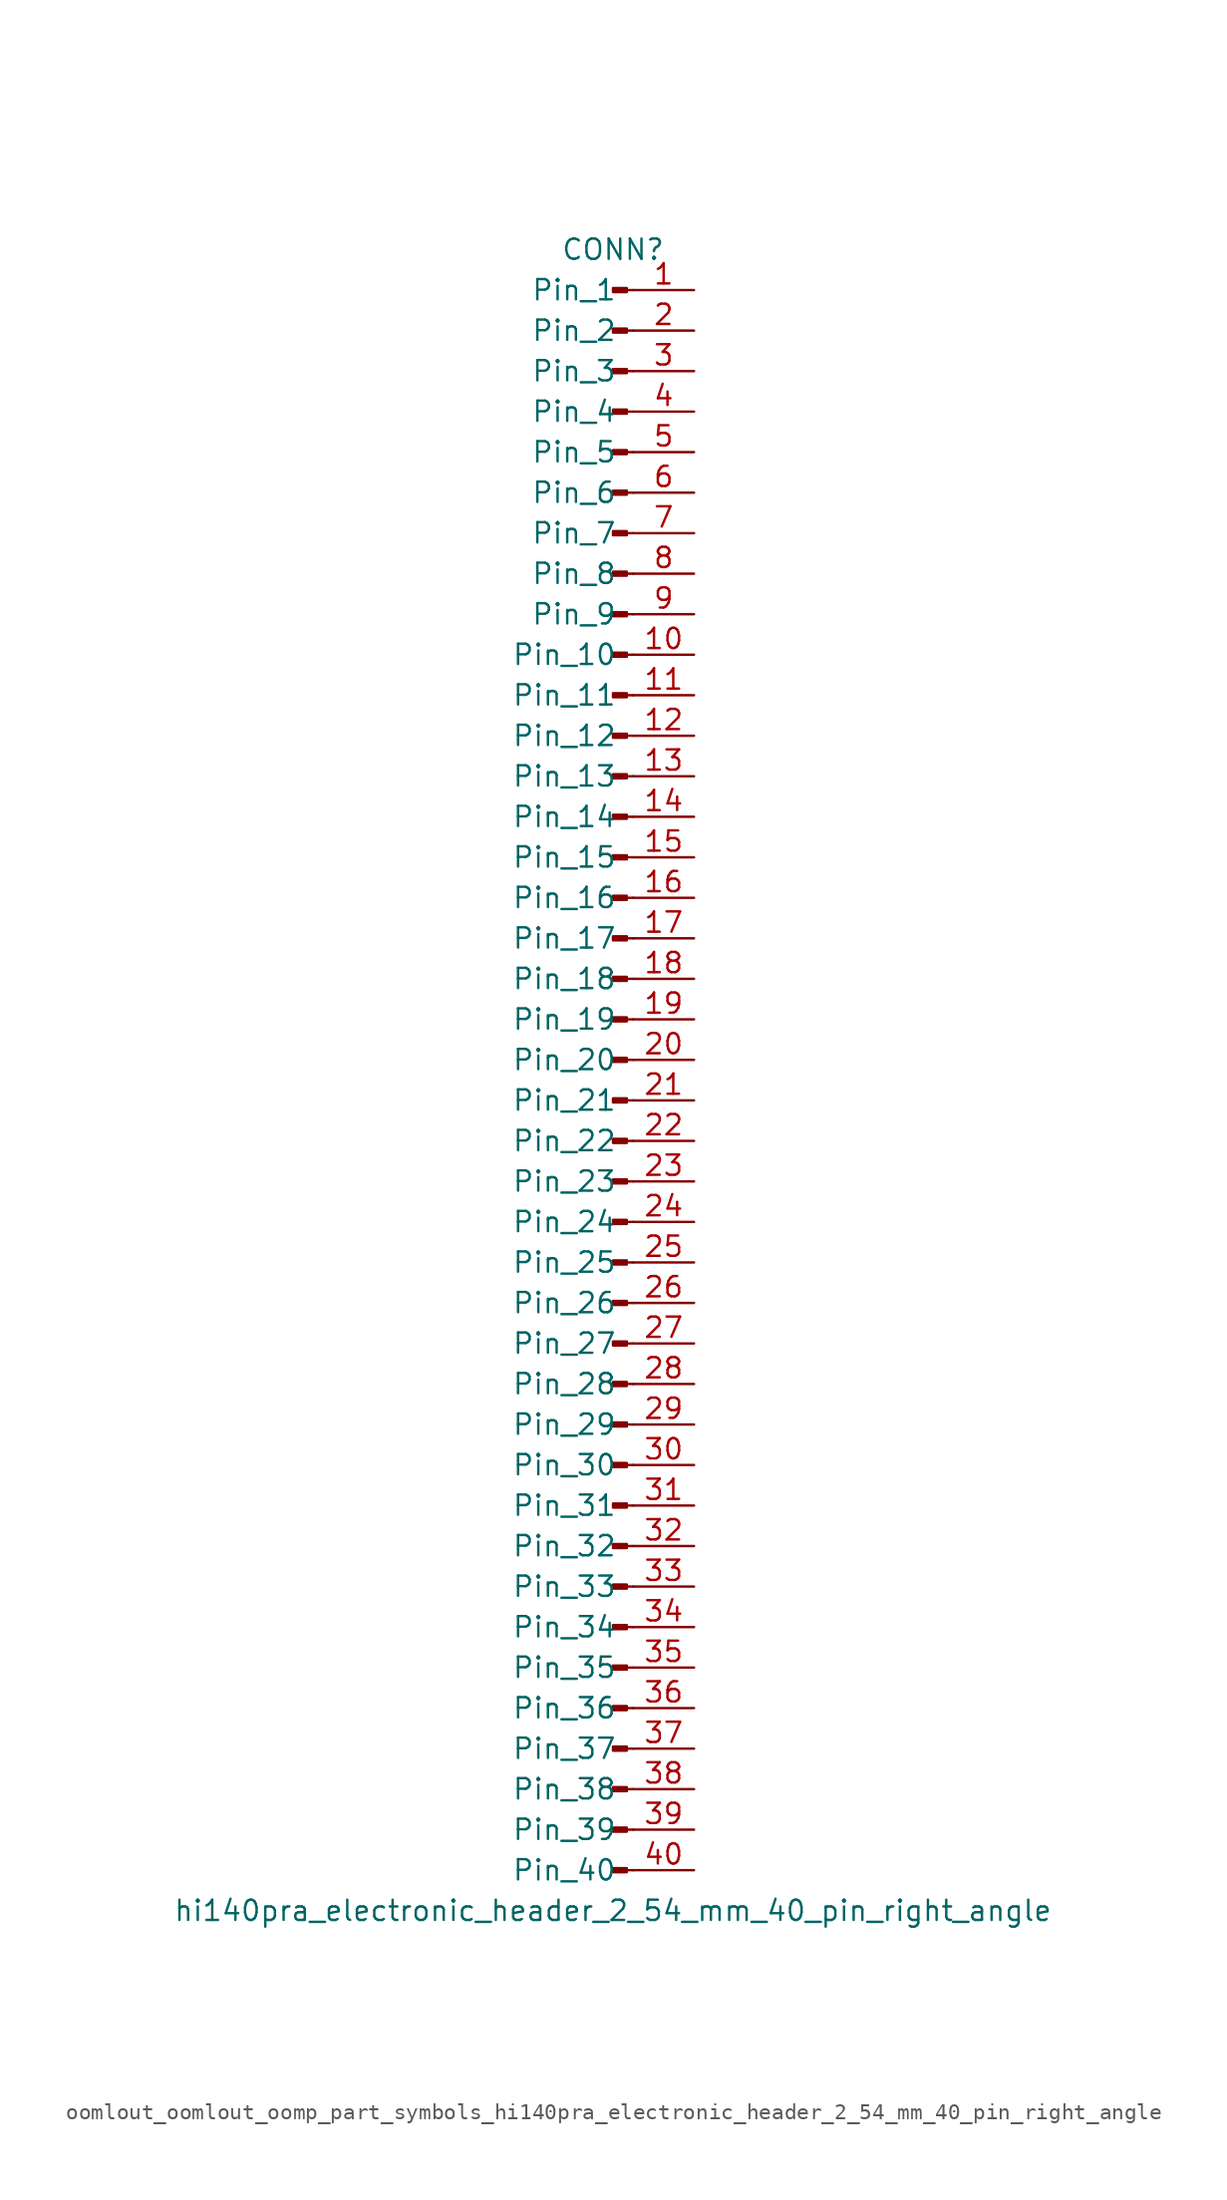
<source format=kicad_sym>
(kicad_symbol_lib
  (version 20220914)
  (generator kicad_symbol_editor)
  (symbol "oomlout_oomlout_oomp_part_symbols_hi140pra_electronic_header_2_54_mm_40_pin_right_angle"
    (pin_names
      (offset 1.016))
    (property "Reference" "CONN"
      (at 0 50.8 0)
      (effects (font (size 1.27 1.27))))
    (property "Value" "hi140pra_electronic_header_2_54_mm_40_pin_right_angle"
      (at 0 -53.34 0)
      (effects (font (size 1.27 1.27))))
    (property "ki_locked" ""
      (at 0 0 0)
      (effects (font (size 1.27 1.27))))
    (symbol "oomlout_oomlout_oomp_part_symbols_hi140pra_electronic_header_2_54_mm_40_pin_right_angle_1_1"
      (polyline (pts (xy 1.27 -50.8) (xy 0.864 -50.8)) (stroke (width 0.152) (type default)) (fill (type none)))
      (polyline (pts (xy 1.27 -48.26) (xy 0.864 -48.26)) (stroke (width 0.152) (type default)) (fill (type none)))
      (polyline (pts (xy 1.27 -45.72) (xy 0.864 -45.72)) (stroke (width 0.152) (type default)) (fill (type none)))
      (polyline (pts (xy 1.27 -43.18) (xy 0.864 -43.18)) (stroke (width 0.152) (type default)) (fill (type none)))
      (polyline (pts (xy 1.27 -40.64) (xy 0.864 -40.64)) (stroke (width 0.152) (type default)) (fill (type none)))
      (polyline (pts (xy 1.27 -38.1) (xy 0.864 -38.1)) (stroke (width 0.152) (type default)) (fill (type none)))
      (polyline (pts (xy 1.27 -35.56) (xy 0.864 -35.56)) (stroke (width 0.152) (type default)) (fill (type none)))
      (polyline (pts (xy 1.27 -33.02) (xy 0.864 -33.02)) (stroke (width 0.152) (type default)) (fill (type none)))
      (polyline (pts (xy 1.27 -30.48) (xy 0.864 -30.48)) (stroke (width 0.152) (type default)) (fill (type none)))
      (polyline (pts (xy 1.27 -27.94) (xy 0.864 -27.94)) (stroke (width 0.152) (type default)) (fill (type none)))
      (polyline (pts (xy 1.27 -25.4) (xy 0.864 -25.4)) (stroke (width 0.152) (type default)) (fill (type none)))
      (polyline (pts (xy 1.27 -22.86) (xy 0.864 -22.86)) (stroke (width 0.152) (type default)) (fill (type none)))
      (polyline (pts (xy 1.27 -20.32) (xy 0.864 -20.32)) (stroke (width 0.152) (type default)) (fill (type none)))
      (polyline (pts (xy 1.27 -17.78) (xy 0.864 -17.78)) (stroke (width 0.152) (type default)) (fill (type none)))
      (polyline (pts (xy 1.27 -15.24) (xy 0.864 -15.24)) (stroke (width 0.152) (type default)) (fill (type none)))
      (polyline (pts (xy 1.27 -12.7) (xy 0.864 -12.7)) (stroke (width 0.152) (type default)) (fill (type none)))
      (polyline (pts (xy 1.27 -10.16) (xy 0.864 -10.16)) (stroke (width 0.152) (type default)) (fill (type none)))
      (polyline (pts (xy 1.27 -7.62) (xy 0.864 -7.62)) (stroke (width 0.152) (type default)) (fill (type none)))
      (polyline (pts (xy 1.27 -5.08) (xy 0.864 -5.08)) (stroke (width 0.152) (type default)) (fill (type none)))
      (polyline (pts (xy 1.27 -2.54) (xy 0.864 -2.54)) (stroke (width 0.152) (type default)) (fill (type none)))
      (polyline (pts (xy 1.27 0) (xy 0.864 0)) (stroke (width 0.152) (type default)) (fill (type none)))
      (polyline (pts (xy 1.27 2.54) (xy 0.864 2.54)) (stroke (width 0.152) (type default)) (fill (type none)))
      (polyline (pts (xy 1.27 5.08) (xy 0.864 5.08)) (stroke (width 0.152) (type default)) (fill (type none)))
      (polyline (pts (xy 1.27 7.62) (xy 0.864 7.62)) (stroke (width 0.152) (type default)) (fill (type none)))
      (polyline (pts (xy 1.27 10.16) (xy 0.864 10.16)) (stroke (width 0.152) (type default)) (fill (type none)))
      (polyline (pts (xy 1.27 12.7) (xy 0.864 12.7)) (stroke (width 0.152) (type default)) (fill (type none)))
      (polyline (pts (xy 1.27 15.24) (xy 0.864 15.24)) (stroke (width 0.152) (type default)) (fill (type none)))
      (polyline (pts (xy 1.27 17.78) (xy 0.864 17.78)) (stroke (width 0.152) (type default)) (fill (type none)))
      (polyline (pts (xy 1.27 20.32) (xy 0.864 20.32)) (stroke (width 0.152) (type default)) (fill (type none)))
      (polyline (pts (xy 1.27 22.86) (xy 0.864 22.86)) (stroke (width 0.152) (type default)) (fill (type none)))
      (polyline (pts (xy 1.27 25.4) (xy 0.864 25.4)) (stroke (width 0.152) (type default)) (fill (type none)))
      (polyline (pts (xy 1.27 27.94) (xy 0.864 27.94)) (stroke (width 0.152) (type default)) (fill (type none)))
      (polyline (pts (xy 1.27 30.48) (xy 0.864 30.48)) (stroke (width 0.152) (type default)) (fill (type none)))
      (polyline (pts (xy 1.27 33.02) (xy 0.864 33.02)) (stroke (width 0.152) (type default)) (fill (type none)))
      (polyline (pts (xy 1.27 35.56) (xy 0.864 35.56)) (stroke (width 0.152) (type default)) (fill (type none)))
      (polyline (pts (xy 1.27 38.1) (xy 0.864 38.1)) (stroke (width 0.152) (type default)) (fill (type none)))
      (polyline (pts (xy 1.27 40.64) (xy 0.864 40.64)) (stroke (width 0.152) (type default)) (fill (type none)))
      (polyline (pts (xy 1.27 43.18) (xy 0.864 43.18)) (stroke (width 0.152) (type default)) (fill (type none)))
      (polyline (pts (xy 1.27 45.72) (xy 0.864 45.72)) (stroke (width 0.152) (type default)) (fill (type none)))
      (polyline (pts (xy 1.27 48.26) (xy 0.864 48.26)) (stroke (width 0.152) (type default)) (fill (type none)))
      (rectangle (start 0.864 -50.673) (end 0 -50.927) (stroke (width 0.152) (type default)) (fill (type outline)))
      (rectangle (start 0.864 -48.133) (end 0 -48.387) (stroke (width 0.152) (type default)) (fill (type outline)))
      (rectangle (start 0.864 -45.593) (end 0 -45.847) (stroke (width 0.152) (type default)) (fill (type outline)))
      (rectangle (start 0.864 -43.053) (end 0 -43.307) (stroke (width 0.152) (type default)) (fill (type outline)))
      (rectangle (start 0.864 -40.513) (end 0 -40.767) (stroke (width 0.152) (type default)) (fill (type outline)))
      (rectangle (start 0.864 -37.973) (end 0 -38.227) (stroke (width 0.152) (type default)) (fill (type outline)))
      (rectangle (start 0.864 -35.433) (end 0 -35.687) (stroke (width 0.152) (type default)) (fill (type outline)))
      (rectangle (start 0.864 -32.893) (end 0 -33.147) (stroke (width 0.152) (type default)) (fill (type outline)))
      (rectangle (start 0.864 -30.353) (end 0 -30.607) (stroke (width 0.152) (type default)) (fill (type outline)))
      (rectangle (start 0.864 -27.813) (end 0 -28.067) (stroke (width 0.152) (type default)) (fill (type outline)))
      (rectangle (start 0.864 -25.273) (end 0 -25.527) (stroke (width 0.152) (type default)) (fill (type outline)))
      (rectangle (start 0.864 -22.733) (end 0 -22.987) (stroke (width 0.152) (type default)) (fill (type outline)))
      (rectangle (start 0.864 -20.193) (end 0 -20.447) (stroke (width 0.152) (type default)) (fill (type outline)))
      (rectangle (start 0.864 -17.653) (end 0 -17.907) (stroke (width 0.152) (type default)) (fill (type outline)))
      (rectangle (start 0.864 -15.113) (end 0 -15.367) (stroke (width 0.152) (type default)) (fill (type outline)))
      (rectangle (start 0.864 -12.573) (end 0 -12.827) (stroke (width 0.152) (type default)) (fill (type outline)))
      (rectangle (start 0.864 -10.033) (end 0 -10.287) (stroke (width 0.152) (type default)) (fill (type outline)))
      (rectangle (start 0.864 -7.493) (end 0 -7.747) (stroke (width 0.152) (type default)) (fill (type outline)))
      (rectangle (start 0.864 -4.953) (end 0 -5.207) (stroke (width 0.152) (type default)) (fill (type outline)))
      (rectangle (start 0.864 -2.413) (end 0 -2.667) (stroke (width 0.152) (type default)) (fill (type outline)))
      (rectangle (start 0.864 0.127) (end 0 -0.127) (stroke (width 0.152) (type default)) (fill (type outline)))
      (rectangle (start 0.864 2.667) (end 0 2.413) (stroke (width 0.152) (type default)) (fill (type outline)))
      (rectangle (start 0.864 5.207) (end 0 4.953) (stroke (width 0.152) (type default)) (fill (type outline)))
      (rectangle (start 0.864 7.747) (end 0 7.493) (stroke (width 0.152) (type default)) (fill (type outline)))
      (rectangle (start 0.864 10.287) (end 0 10.033) (stroke (width 0.152) (type default)) (fill (type outline)))
      (rectangle (start 0.864 12.827) (end 0 12.573) (stroke (width 0.152) (type default)) (fill (type outline)))
      (rectangle (start 0.864 15.367) (end 0 15.113) (stroke (width 0.152) (type default)) (fill (type outline)))
      (rectangle (start 0.864 17.907) (end 0 17.653) (stroke (width 0.152) (type default)) (fill (type outline)))
      (rectangle (start 0.864 20.447) (end 0 20.193) (stroke (width 0.152) (type default)) (fill (type outline)))
      (rectangle (start 0.864 22.987) (end 0 22.733) (stroke (width 0.152) (type default)) (fill (type outline)))
      (rectangle (start 0.864 25.527) (end 0 25.273) (stroke (width 0.152) (type default)) (fill (type outline)))
      (rectangle (start 0.864 28.067) (end 0 27.813) (stroke (width 0.152) (type default)) (fill (type outline)))
      (rectangle (start 0.864 30.607) (end 0 30.353) (stroke (width 0.152) (type default)) (fill (type outline)))
      (rectangle (start 0.864 33.147) (end 0 32.893) (stroke (width 0.152) (type default)) (fill (type outline)))
      (rectangle (start 0.864 35.687) (end 0 35.433) (stroke (width 0.152) (type default)) (fill (type outline)))
      (rectangle (start 0.864 38.227) (end 0 37.973) (stroke (width 0.152) (type default)) (fill (type outline)))
      (rectangle (start 0.864 40.767) (end 0 40.513) (stroke (width 0.152) (type default)) (fill (type outline)))
      (rectangle (start 0.864 43.307) (end 0 43.053) (stroke (width 0.152) (type default)) (fill (type outline)))
      (rectangle (start 0.864 45.847) (end 0 45.593) (stroke (width 0.152) (type default)) (fill (type outline)))
      (rectangle (start 0.864 48.387) (end 0 48.133) (stroke (width 0.152) (type default)) (fill (type outline)))
      (pin passive line (at 5.08 48.26 180) (length 3.81) (name "Pin_1" (effects (font (size 1.27 1.27)))) (number "1" (effects (font (size 1.27 1.27)))))
      (pin passive line (at 5.08 25.4 180) (length 3.81) (name "Pin_10" (effects (font (size 1.27 1.27)))) (number "10" (effects (font (size 1.27 1.27)))))
      (pin passive line (at 5.08 22.86 180) (length 3.81) (name "Pin_11" (effects (font (size 1.27 1.27)))) (number "11" (effects (font (size 1.27 1.27)))))
      (pin passive line (at 5.08 20.32 180) (length 3.81) (name "Pin_12" (effects (font (size 1.27 1.27)))) (number "12" (effects (font (size 1.27 1.27)))))
      (pin passive line (at 5.08 17.78 180) (length 3.81) (name "Pin_13" (effects (font (size 1.27 1.27)))) (number "13" (effects (font (size 1.27 1.27)))))
      (pin passive line (at 5.08 15.24 180) (length 3.81) (name "Pin_14" (effects (font (size 1.27 1.27)))) (number "14" (effects (font (size 1.27 1.27)))))
      (pin passive line (at 5.08 12.7 180) (length 3.81) (name "Pin_15" (effects (font (size 1.27 1.27)))) (number "15" (effects (font (size 1.27 1.27)))))
      (pin passive line (at 5.08 10.16 180) (length 3.81) (name "Pin_16" (effects (font (size 1.27 1.27)))) (number "16" (effects (font (size 1.27 1.27)))))
      (pin passive line (at 5.08 7.62 180) (length 3.81) (name "Pin_17" (effects (font (size 1.27 1.27)))) (number "17" (effects (font (size 1.27 1.27)))))
      (pin passive line (at 5.08 5.08 180) (length 3.81) (name "Pin_18" (effects (font (size 1.27 1.27)))) (number "18" (effects (font (size 1.27 1.27)))))
      (pin passive line (at 5.08 2.54 180) (length 3.81) (name "Pin_19" (effects (font (size 1.27 1.27)))) (number "19" (effects (font (size 1.27 1.27)))))
      (pin passive line (at 5.08 45.72 180) (length 3.81) (name "Pin_2" (effects (font (size 1.27 1.27)))) (number "2" (effects (font (size 1.27 1.27)))))
      (pin passive line (at 5.08 0 180) (length 3.81) (name "Pin_20" (effects (font (size 1.27 1.27)))) (number "20" (effects (font (size 1.27 1.27)))))
      (pin passive line (at 5.08 -2.54 180) (length 3.81) (name "Pin_21" (effects (font (size 1.27 1.27)))) (number "21" (effects (font (size 1.27 1.27)))))
      (pin passive line (at 5.08 -5.08 180) (length 3.81) (name "Pin_22" (effects (font (size 1.27 1.27)))) (number "22" (effects (font (size 1.27 1.27)))))
      (pin passive line (at 5.08 -7.62 180) (length 3.81) (name "Pin_23" (effects (font (size 1.27 1.27)))) (number "23" (effects (font (size 1.27 1.27)))))
      (pin passive line (at 5.08 -10.16 180) (length 3.81) (name "Pin_24" (effects (font (size 1.27 1.27)))) (number "24" (effects (font (size 1.27 1.27)))))
      (pin passive line (at 5.08 -12.7 180) (length 3.81) (name "Pin_25" (effects (font (size 1.27 1.27)))) (number "25" (effects (font (size 1.27 1.27)))))
      (pin passive line (at 5.08 -15.24 180) (length 3.81) (name "Pin_26" (effects (font (size 1.27 1.27)))) (number "26" (effects (font (size 1.27 1.27)))))
      (pin passive line (at 5.08 -17.78 180) (length 3.81) (name "Pin_27" (effects (font (size 1.27 1.27)))) (number "27" (effects (font (size 1.27 1.27)))))
      (pin passive line (at 5.08 -20.32 180) (length 3.81) (name "Pin_28" (effects (font (size 1.27 1.27)))) (number "28" (effects (font (size 1.27 1.27)))))
      (pin passive line (at 5.08 -22.86 180) (length 3.81) (name "Pin_29" (effects (font (size 1.27 1.27)))) (number "29" (effects (font (size 1.27 1.27)))))
      (pin passive line (at 5.08 43.18 180) (length 3.81) (name "Pin_3" (effects (font (size 1.27 1.27)))) (number "3" (effects (font (size 1.27 1.27)))))
      (pin passive line (at 5.08 -25.4 180) (length 3.81) (name "Pin_30" (effects (font (size 1.27 1.27)))) (number "30" (effects (font (size 1.27 1.27)))))
      (pin passive line (at 5.08 -27.94 180) (length 3.81) (name "Pin_31" (effects (font (size 1.27 1.27)))) (number "31" (effects (font (size 1.27 1.27)))))
      (pin passive line (at 5.08 -30.48 180) (length 3.81) (name "Pin_32" (effects (font (size 1.27 1.27)))) (number "32" (effects (font (size 1.27 1.27)))))
      (pin passive line (at 5.08 -33.02 180) (length 3.81) (name "Pin_33" (effects (font (size 1.27 1.27)))) (number "33" (effects (font (size 1.27 1.27)))))
      (pin passive line (at 5.08 -35.56 180) (length 3.81) (name "Pin_34" (effects (font (size 1.27 1.27)))) (number "34" (effects (font (size 1.27 1.27)))))
      (pin passive line (at 5.08 -38.1 180) (length 3.81) (name "Pin_35" (effects (font (size 1.27 1.27)))) (number "35" (effects (font (size 1.27 1.27)))))
      (pin passive line (at 5.08 -40.64 180) (length 3.81) (name "Pin_36" (effects (font (size 1.27 1.27)))) (number "36" (effects (font (size 1.27 1.27)))))
      (pin passive line (at 5.08 -43.18 180) (length 3.81) (name "Pin_37" (effects (font (size 1.27 1.27)))) (number "37" (effects (font (size 1.27 1.27)))))
      (pin passive line (at 5.08 -45.72 180) (length 3.81) (name "Pin_38" (effects (font (size 1.27 1.27)))) (number "38" (effects (font (size 1.27 1.27)))))
      (pin passive line (at 5.08 -48.26 180) (length 3.81) (name "Pin_39" (effects (font (size 1.27 1.27)))) (number "39" (effects (font (size 1.27 1.27)))))
      (pin passive line (at 5.08 40.64 180) (length 3.81) (name "Pin_4" (effects (font (size 1.27 1.27)))) (number "4" (effects (font (size 1.27 1.27)))))
      (pin passive line (at 5.08 -50.8 180) (length 3.81) (name "Pin_40" (effects (font (size 1.27 1.27)))) (number "40" (effects (font (size 1.27 1.27)))))
      (pin passive line (at 5.08 38.1 180) (length 3.81) (name "Pin_5" (effects (font (size 1.27 1.27)))) (number "5" (effects (font (size 1.27 1.27)))))
      (pin passive line (at 5.08 35.56 180) (length 3.81) (name "Pin_6" (effects (font (size 1.27 1.27)))) (number "6" (effects (font (size 1.27 1.27)))))
      (pin passive line (at 5.08 33.02 180) (length 3.81) (name "Pin_7" (effects (font (size 1.27 1.27)))) (number "7" (effects (font (size 1.27 1.27)))))
      (pin passive line (at 5.08 30.48 180) (length 3.81) (name "Pin_8" (effects (font (size 1.27 1.27)))) (number "8" (effects (font (size 1.27 1.27)))))
      (pin passive line (at 5.08 27.94 180) (length 3.81) (name "Pin_9" (effects (font (size 1.27 1.27)))) (number "9" (effects (font (size 1.27 1.27))))))))
</source>
